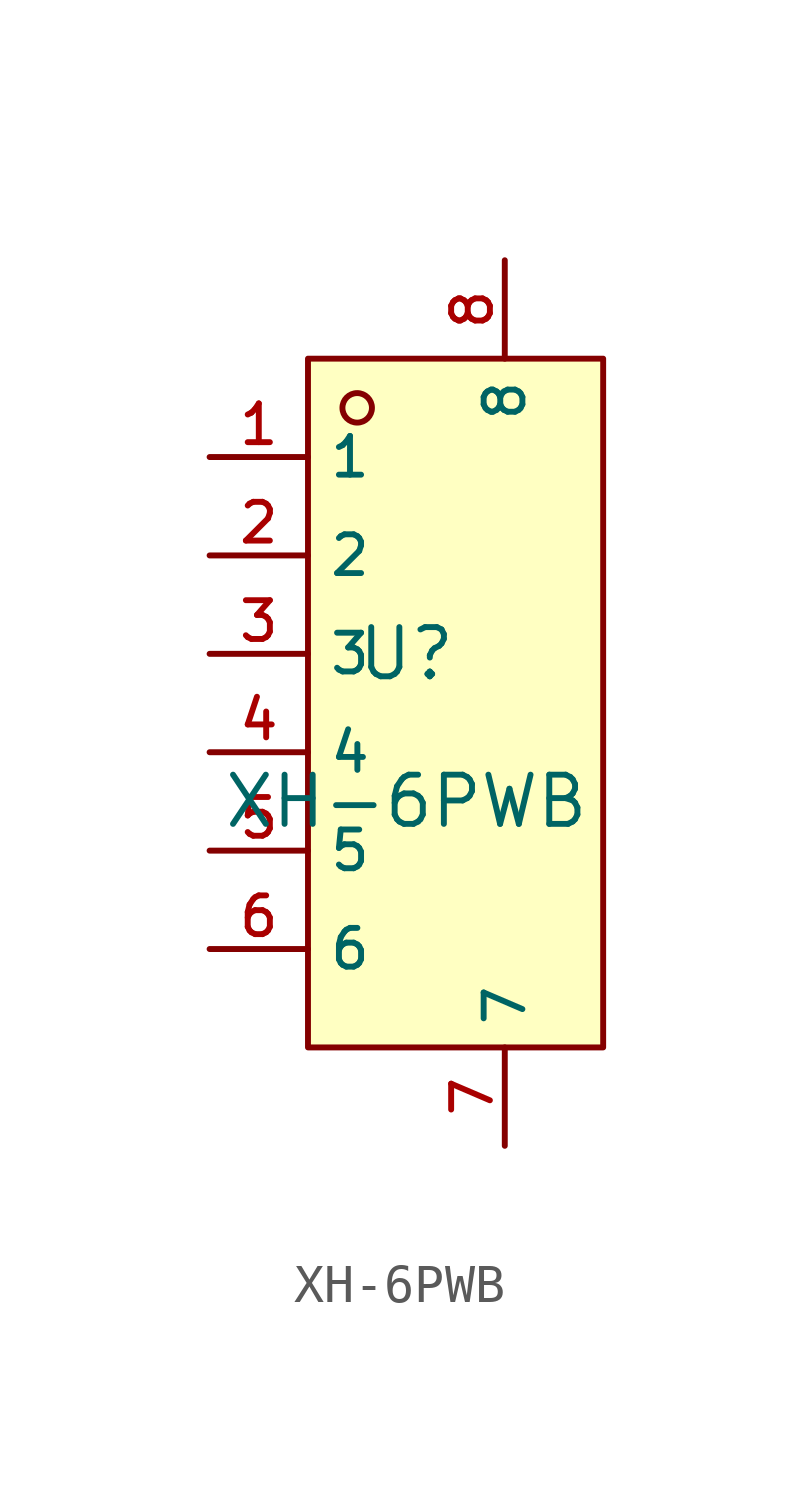
<source format=kicad_sym>
(kicad_symbol_lib
  (version 20210201)
  (generator TousstNicolas/JLC2KiCad_lib)
  (symbol "XH-6PWB"
    (property "Reference" "U"
      (at 0 1.27 0)
      (effects (font (size 1.27 1.27))))
    (property "Value" "XH-6PWB"
      (at 0 -2.54 0)
      (effects (font (size 1.27 1.27))))
    (symbol "XH-6PWB_0_1"
      (rectangle (start -2.54 8.89) (end 5.08 -8.89) (stroke (width 0) (type default) (color 0 0 0 0)) (fill (type background)))
      (circle (center -1.27 7.62) (radius 0.381) (stroke (width 0) (type default) (color 0 0 0 0)) (fill (type background)))
      (pin unspecified line (at -5.08 6.35 0) (length 2.54) (name "1" (effects (font (size 1 1)))) (number "1" (effects (font (size 1 1)))))
      (pin unspecified line (at -5.08 3.81 0) (length 2.54) (name "2" (effects (font (size 1 1)))) (number "2" (effects (font (size 1 1)))))
      (pin unspecified line (at -5.08 1.27 0) (length 2.54) (name "3" (effects (font (size 1 1)))) (number "3" (effects (font (size 1 1)))))
      (pin unspecified line (at -5.08 -1.27 0) (length 2.54) (name "4" (effects (font (size 1 1)))) (number "4" (effects (font (size 1 1)))))
      (pin unspecified line (at -5.08 -3.81 0) (length 2.54) (name "5" (effects (font (size 1 1)))) (number "5" (effects (font (size 1 1)))))
      (pin unspecified line (at -5.08 -6.35 0) (length 2.54) (name "6" (effects (font (size 1 1)))) (number "6" (effects (font (size 1 1)))))
      (pin unspecified line (at 2.54 -11.43 90) (length 2.54) (name "7" (effects (font (size 1 1)))) (number "7" (effects (font (size 1 1)))))
      (pin unspecified line (at 2.54 11.43 270) (length 2.54) (name "8" (effects (font (size 1 1)))) (number "8" (effects (font (size 1 1))))))))
</source>
